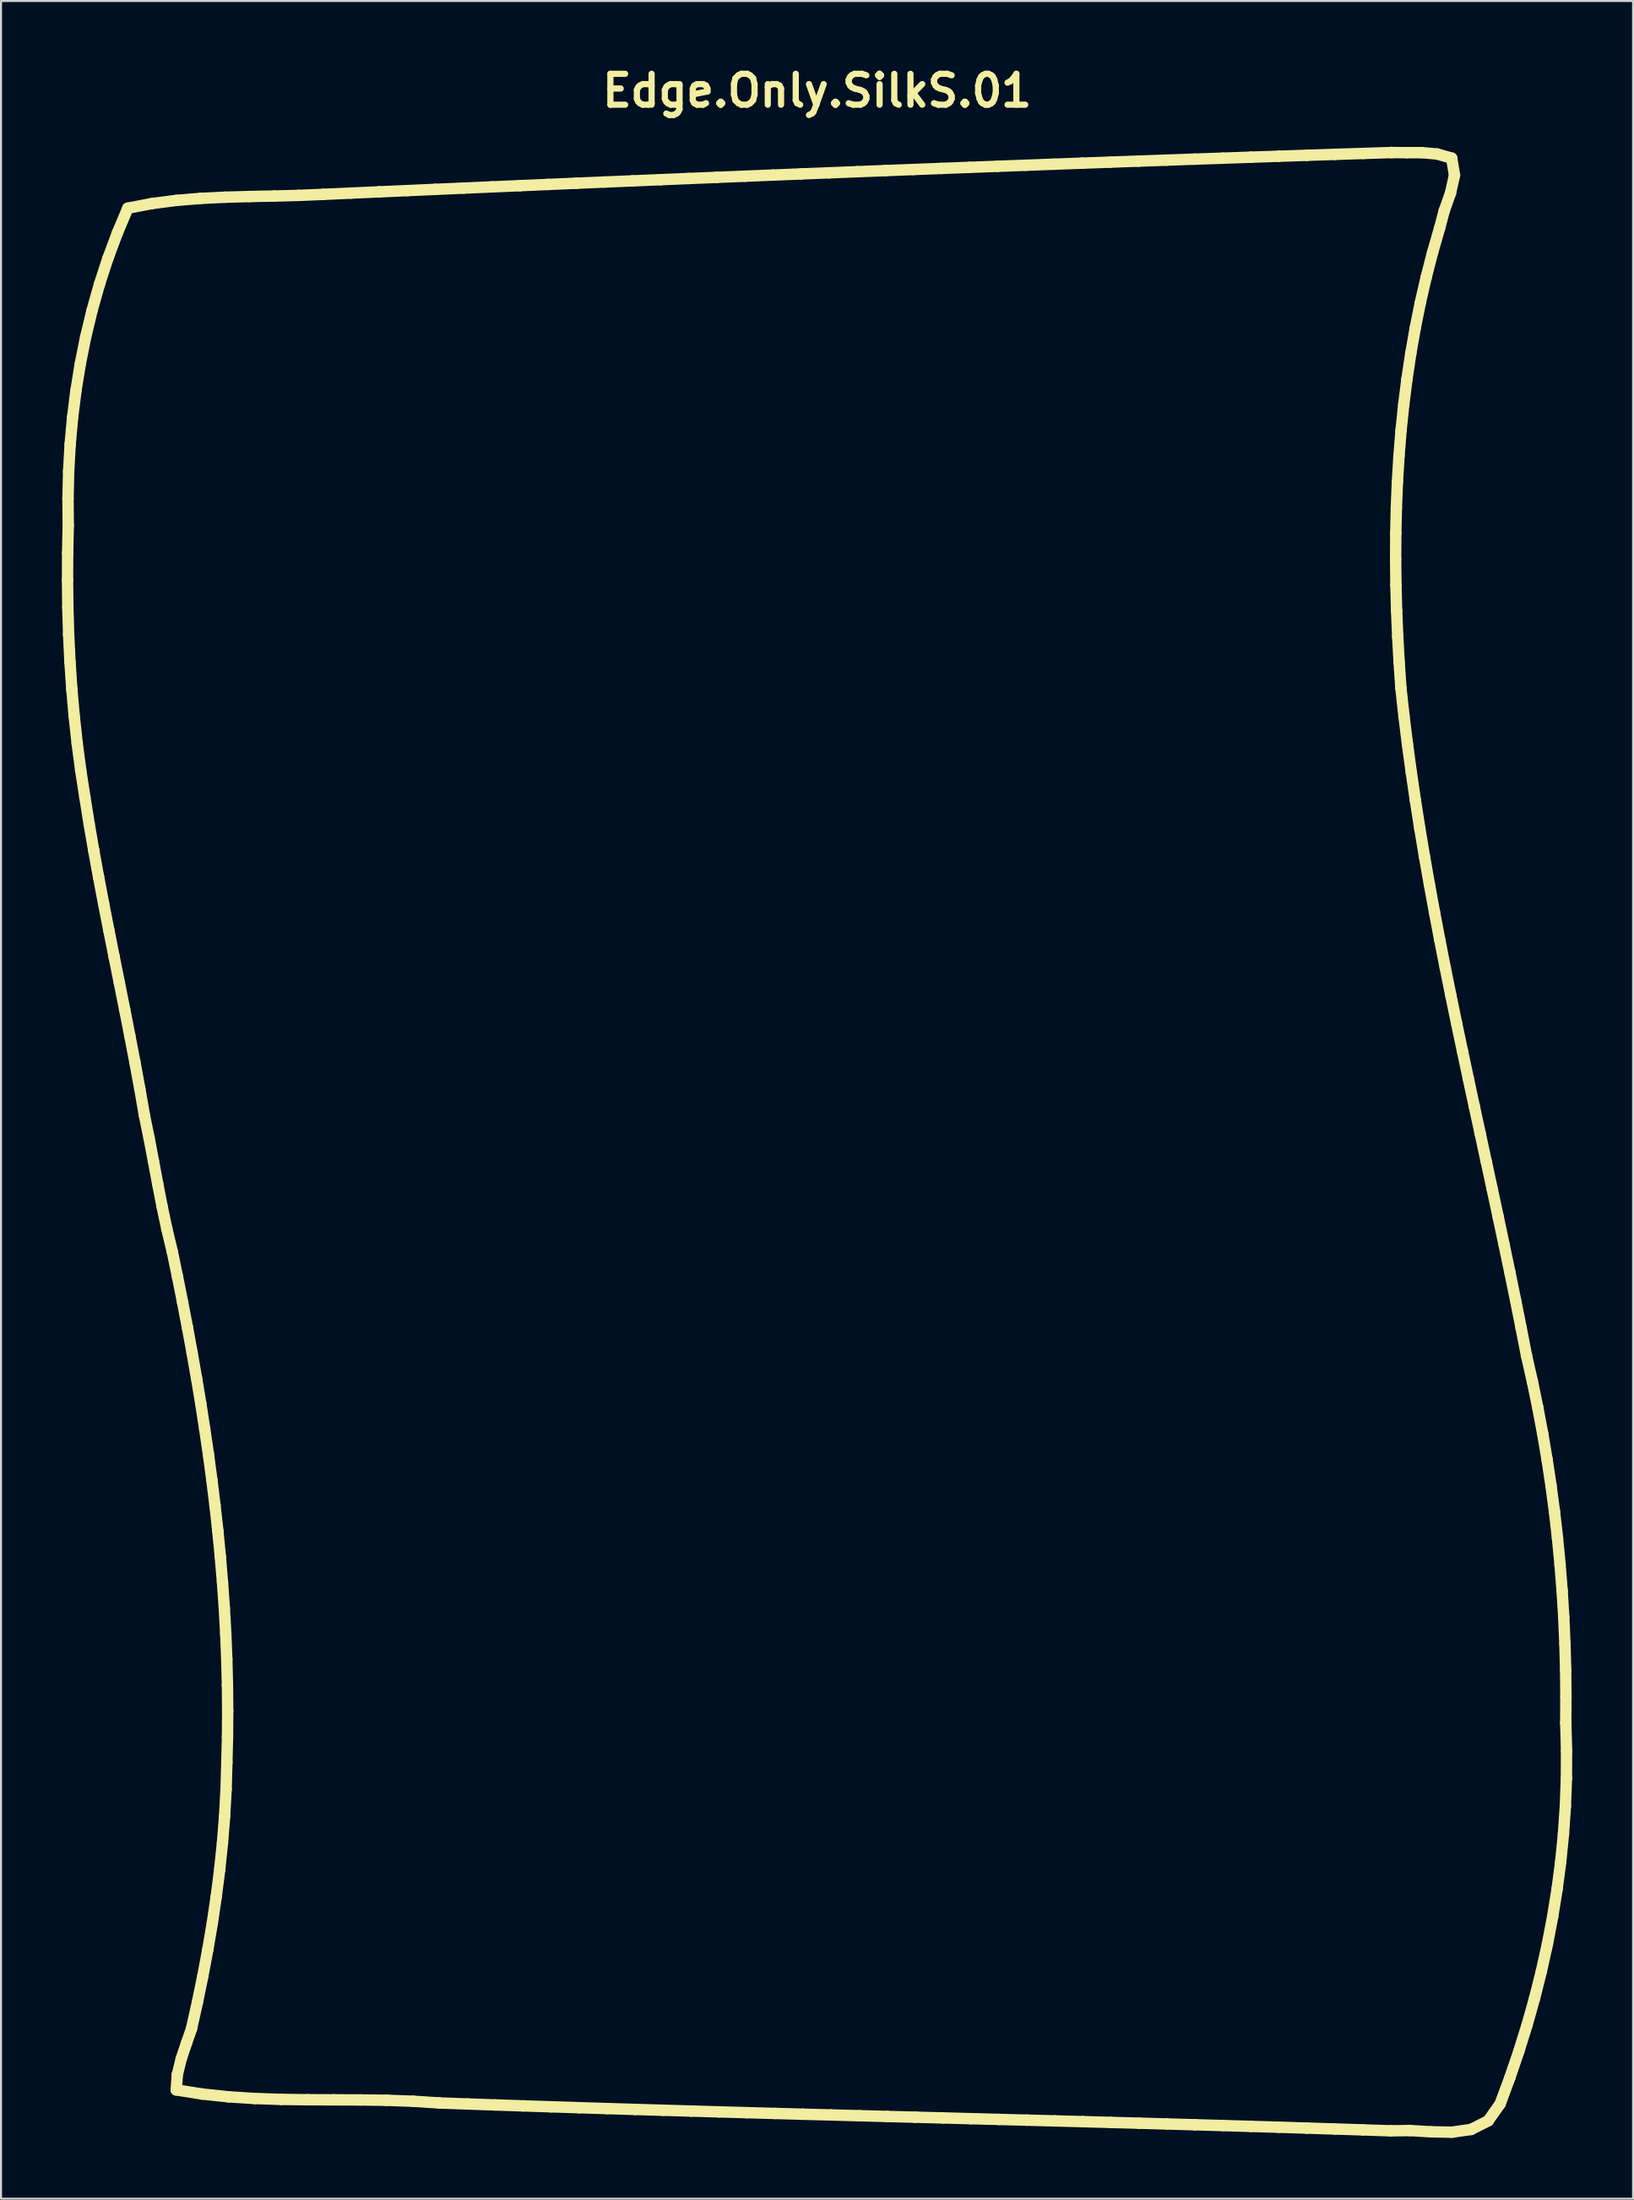
<source format=kicad_pcb>
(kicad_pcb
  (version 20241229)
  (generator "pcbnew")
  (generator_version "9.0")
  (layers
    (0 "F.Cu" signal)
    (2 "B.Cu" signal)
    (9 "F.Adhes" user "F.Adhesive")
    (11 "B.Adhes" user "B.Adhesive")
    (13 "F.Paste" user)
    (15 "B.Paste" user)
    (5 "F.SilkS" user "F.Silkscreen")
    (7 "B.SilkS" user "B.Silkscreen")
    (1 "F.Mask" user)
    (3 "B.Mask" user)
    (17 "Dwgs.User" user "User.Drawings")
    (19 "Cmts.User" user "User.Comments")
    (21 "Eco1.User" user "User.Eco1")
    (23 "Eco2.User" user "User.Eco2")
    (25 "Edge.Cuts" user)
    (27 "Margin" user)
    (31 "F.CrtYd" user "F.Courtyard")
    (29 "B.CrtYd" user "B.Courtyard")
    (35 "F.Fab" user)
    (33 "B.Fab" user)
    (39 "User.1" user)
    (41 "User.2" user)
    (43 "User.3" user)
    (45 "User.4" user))
  (footprint "Edge.Only.SilkS.01"
    (layer "F.Cu")
    (at 37.263 53.313)
    (property "Reference" "Edge.Only.SilkS.01" (at 0 -51.887 0) (layer "F.SilkS") (effects (font (size 1.524 1.524) (thickness 0.305))))
    (attr smd)
    (fp_line (start -36.982 -27.745) (end -36.966 -26.4) (stroke (width 0.562) (type solid)) (layer "F.SilkS"))
    (fp_line (start -36.975 -29.088) (end -36.982 -27.745) (stroke (width 0.562) (type solid)) (layer "F.SilkS"))
    (fp_line (start -36.966 -26.4) (end -36.926 -25.057) (stroke (width 0.562) (type solid)) (layer "F.SilkS"))
    (fp_line (start -36.958 -31.772) (end -36.947 -30.433) (stroke (width 0.562) (type solid)) (layer "F.SilkS"))
    (fp_line (start -36.947 -30.433) (end -36.975 -29.088) (stroke (width 0.562) (type solid)) (layer "F.SilkS"))
    (fp_line (start -36.926 -33.11) (end -36.958 -31.772) (stroke (width 0.562) (type solid)) (layer "F.SilkS"))
    (fp_line (start -36.926 -25.057) (end -36.861 -23.714) (stroke (width 0.562) (type solid)) (layer "F.SilkS"))
    (fp_line (start -36.861 -23.714) (end -36.77 -22.373) (stroke (width 0.562) (type solid)) (layer "F.SilkS"))
    (fp_line (start -36.851 -34.447) (end -36.926 -33.11) (stroke (width 0.562) (type solid)) (layer "F.SilkS"))
    (fp_line (start -36.77 -22.373) (end -36.652 -21.034) (stroke (width 0.562) (type solid)) (layer "F.SilkS"))
    (fp_line (start -36.73 -35.78) (end -36.851 -34.447) (stroke (width 0.562) (type solid)) (layer "F.SilkS"))
    (fp_line (start -36.652 -21.034) (end -36.506 -19.697) (stroke (width 0.562) (type solid)) (layer "F.SilkS"))
    (fp_line (start -36.563 -37.108) (end -36.73 -35.78) (stroke (width 0.562) (type solid)) (layer "F.SilkS"))
    (fp_line (start -36.506 -19.697) (end -36.331 -18.366) (stroke (width 0.562) (type solid)) (layer "F.SilkS"))
    (fp_line (start -36.348 -38.429) (end -36.563 -37.108) (stroke (width 0.562) (type solid)) (layer "F.SilkS"))
    (fp_line (start -36.331 -18.366) (end -36.126 -17.036) (stroke (width 0.562) (type solid)) (layer "F.SilkS"))
    (fp_line (start -36.126 -17.036) (end -35.915 -15.72) (stroke (width 0.562) (type solid)) (layer "F.SilkS"))
    (fp_line (start -36.085 -39.742) (end -36.348 -38.429) (stroke (width 0.562) (type solid)) (layer "F.SilkS"))
    (fp_line (start -35.915 -15.72) (end -35.689 -14.41) (stroke (width 0.562) (type solid)) (layer "F.SilkS"))
    (fp_line (start -35.772 -41.043) (end -36.085 -39.742) (stroke (width 0.562) (type solid)) (layer "F.SilkS"))
    (fp_line (start -35.689 -14.41) (end -35.451 -13.1) (stroke (width 0.562) (type solid)) (layer "F.SilkS"))
    (fp_line (start -35.451 -13.1) (end -35.202 -11.794) (stroke (width 0.562) (type solid)) (layer "F.SilkS"))
    (fp_line (start -35.409 -42.331) (end -35.772 -41.043) (stroke (width 0.562) (type solid)) (layer "F.SilkS"))
    (fp_line (start -35.202 -11.794) (end -34.947 -10.487) (stroke (width 0.562) (type solid)) (layer "F.SilkS"))
    (fp_line (start -34.994 -43.604) (end -35.409 -42.331) (stroke (width 0.562) (type solid)) (layer "F.SilkS"))
    (fp_line (start -34.947 -10.487) (end -34.687 -9.182) (stroke (width 0.562) (type solid)) (layer "F.SilkS"))
    (fp_line (start -34.687 -9.182) (end -34.425 -7.878) (stroke (width 0.562) (type solid)) (layer "F.SilkS"))
    (fp_line (start -34.527 -44.857) (end -34.994 -43.604) (stroke (width 0.562) (type solid)) (layer "F.SilkS"))
    (fp_line (start -34.425 -7.878) (end -34.164 -6.572) (stroke (width 0.562) (type solid)) (layer "F.SilkS"))
    (fp_line (start -34.164 -6.572) (end -33.908 -5.267) (stroke (width 0.562) (type solid)) (layer "F.SilkS"))
    (fp_line (start -34.007 -46.093) (end -34.527 -44.857) (stroke (width 0.562) (type solid)) (layer "F.SilkS"))
    (fp_line (start -33.908 -5.267) (end -33.657 -3.96) (stroke (width 0.562) (type solid)) (layer "F.SilkS"))
    (fp_line (start -33.657 -3.96) (end -33.416 -2.652) (stroke (width 0.562) (type solid)) (layer "F.SilkS"))
    (fp_line (start -33.416 -2.652) (end -33.187 -1.34) (stroke (width 0.562) (type solid)) (layer "F.SilkS"))
    (fp_line (start -33.187 -1.34) (end -32.958 -0.219) (stroke (width 0.562) (type solid)) (layer "F.SilkS"))
    (fp_line (start -32.958 -0.219) (end -32.745 0.903) (stroke (width 0.562) (type solid)) (layer "F.SilkS"))
    (fp_line (start -32.819 -46.32) (end -34.007 -46.093) (stroke (width 0.562) (type solid)) (layer "F.SilkS"))
    (fp_line (start -32.745 0.903) (end -32.535 2.026) (stroke (width 0.562) (type solid)) (layer "F.SilkS"))
    (fp_line (start -32.535 2.026) (end -32.317 3.148) (stroke (width 0.562) (type solid)) (layer "F.SilkS"))
    (fp_line (start -32.317 3.148) (end -32.081 4.264) (stroke (width 0.562) (type solid)) (layer "F.SilkS"))
    (fp_line (start -32.081 4.264) (end -31.814 5.377) (stroke (width 0.562) (type solid)) (layer "F.SilkS"))
    (fp_line (start -31.814 5.377) (end -31.556 6.621) (stroke (width 0.562) (type solid)) (layer "F.SilkS"))
    (fp_line (start -31.62 -46.476) (end -32.819 -46.32) (stroke (width 0.562) (type solid)) (layer "F.SilkS"))
    (fp_line (start -31.617 46.741) (end -30.331 46.944) (stroke (width 0.562) (type solid)) (layer "F.SilkS"))
    (fp_line (start -31.563 45.979) (end -31.617 46.741) (stroke (width 0.562) (type solid)) (layer "F.SilkS"))
    (fp_line (start -31.556 6.621) (end -31.307 7.867) (stroke (width 0.562) (type solid)) (layer "F.SilkS"))
    (fp_line (start -31.371 45.202) (end -31.563 45.979) (stroke (width 0.562) (type solid)) (layer "F.SilkS"))
    (fp_line (start -31.307 7.867) (end -31.067 9.114) (stroke (width 0.562) (type solid)) (layer "F.SilkS"))
    (fp_line (start -31.119 44.452) (end -31.371 45.202) (stroke (width 0.562) (type solid)) (layer "F.SilkS"))
    (fp_line (start -31.067 9.114) (end -30.837 10.364) (stroke (width 0.562) (type solid)) (layer "F.SilkS"))
    (fp_line (start -30.864 43.721) (end -31.119 44.452) (stroke (width 0.562) (type solid)) (layer "F.SilkS"))
    (fp_line (start -30.837 10.364) (end -30.618 11.615) (stroke (width 0.562) (type solid)) (layer "F.SilkS"))
    (fp_line (start -30.618 11.615) (end -30.409 12.868) (stroke (width 0.562) (type solid)) (layer "F.SilkS"))
    (fp_line (start -30.575 42.426) (end -30.864 43.721) (stroke (width 0.562) (type solid)) (layer "F.SilkS"))
    (fp_line (start -30.416 -46.575) (end -31.62 -46.476) (stroke (width 0.562) (type solid)) (layer "F.SilkS"))
    (fp_line (start -30.409 12.868) (end -30.214 14.124) (stroke (width 0.562) (type solid)) (layer "F.SilkS"))
    (fp_line (start -30.331 46.944) (end -29.038 47.081) (stroke (width 0.562) (type solid)) (layer "F.SilkS"))
    (fp_line (start -30.306 41.124) (end -30.575 42.426) (stroke (width 0.562) (type solid)) (layer "F.SilkS"))
    (fp_line (start -30.214 14.124) (end -30.03 15.381) (stroke (width 0.562) (type solid)) (layer "F.SilkS"))
    (fp_line (start -30.06 39.819) (end -30.306 41.124) (stroke (width 0.562) (type solid)) (layer "F.SilkS"))
    (fp_line (start -30.03 15.381) (end -29.861 16.64) (stroke (width 0.562) (type solid)) (layer "F.SilkS"))
    (fp_line (start -29.861 16.64) (end -29.706 17.901) (stroke (width 0.562) (type solid)) (layer "F.SilkS"))
    (fp_line (start -29.838 38.509) (end -30.06 39.819) (stroke (width 0.562) (type solid)) (layer "F.SilkS"))
    (fp_line (start -29.706 17.901) (end -29.566 19.164) (stroke (width 0.562) (type solid)) (layer "F.SilkS"))
    (fp_line (start -29.643 37.196) (end -29.838 38.509) (stroke (width 0.562) (type solid)) (layer "F.SilkS"))
    (fp_line (start -29.566 19.164) (end -29.443 20.428) (stroke (width 0.562) (type solid)) (layer "F.SilkS"))
    (fp_line (start -29.475 35.878) (end -29.643 37.196) (stroke (width 0.562) (type solid)) (layer "F.SilkS"))
    (fp_line (start -29.443 20.428) (end -29.336 21.694) (stroke (width 0.562) (type solid)) (layer "F.SilkS"))
    (fp_line (start -29.337 34.557) (end -29.475 35.878) (stroke (width 0.562) (type solid)) (layer "F.SilkS"))
    (fp_line (start -29.336 21.694) (end -29.246 22.961) (stroke (width 0.562) (type solid)) (layer "F.SilkS"))
    (fp_line (start -29.246 22.961) (end -29.175 24.229) (stroke (width 0.562) (type solid)) (layer "F.SilkS"))
    (fp_line (start -29.231 33.233) (end -29.337 34.557) (stroke (width 0.562) (type solid)) (layer "F.SilkS"))
    (fp_line (start -29.205 -46.634) (end -30.416 -46.575) (stroke (width 0.562) (type solid)) (layer "F.SilkS"))
    (fp_line (start -29.175 24.229) (end -29.123 25.499) (stroke (width 0.562) (type solid)) (layer "F.SilkS"))
    (fp_line (start -29.158 31.907) (end -29.231 33.233) (stroke (width 0.562) (type solid)) (layer "F.SilkS"))
    (fp_line (start -29.123 25.499) (end -29.091 26.768) (stroke (width 0.562) (type solid)) (layer "F.SilkS"))
    (fp_line (start -29.12 30.579) (end -29.158 31.907) (stroke (width 0.562) (type solid)) (layer "F.SilkS"))
    (fp_line (start -29.091 26.768) (end -29.079 28.039) (stroke (width 0.562) (type solid)) (layer "F.SilkS"))
    (fp_line (start -29.088 29.308) (end -29.12 30.579) (stroke (width 0.562) (type solid)) (layer "F.SilkS"))
    (fp_line (start -29.079 28.039) (end -29.088 29.308) (stroke (width 0.562) (type solid)) (layer "F.SilkS"))
    (fp_line (start -29.038 47.081) (end -27.741 47.164) (stroke (width 0.562) (type solid)) (layer "F.SilkS"))
    (fp_line (start -27.996 -46.668) (end -29.205 -46.634) (stroke (width 0.562) (type solid)) (layer "F.SilkS"))
    (fp_line (start -27.741 47.164) (end -26.439 47.208) (stroke (width 0.562) (type solid)) (layer "F.SilkS"))
    (fp_line (start -26.786 -46.692) (end -27.996 -46.668) (stroke (width 0.562) (type solid)) (layer "F.SilkS"))
    (fp_line (start -26.439 47.208) (end -25.139 47.225) (stroke (width 0.562) (type solid)) (layer "F.SilkS"))
    (fp_line (start -25.575 -46.723) (end -26.786 -46.692) (stroke (width 0.562) (type solid)) (layer "F.SilkS"))
    (fp_line (start -25.139 47.225) (end -23.836 47.23) (stroke (width 0.562) (type solid)) (layer "F.SilkS"))
    (fp_line (start -24.367 -46.774) (end -25.575 -46.723) (stroke (width 0.562) (type solid)) (layer "F.SilkS"))
    (fp_line (start -23.836 47.23) (end -22.535 47.235) (stroke (width 0.562) (type solid)) (layer "F.SilkS"))
    (fp_line (start -22.981 -46.837) (end -24.367 -46.774) (stroke (width 0.562) (type solid)) (layer "F.SilkS"))
    (fp_line (start -22.535 47.235) (end -21.234 47.253) (stroke (width 0.562) (type solid)) (layer "F.SilkS"))
    (fp_line (start -21.594 -46.899) (end -22.981 -46.837) (stroke (width 0.562) (type solid)) (layer "F.SilkS"))
    (fp_line (start -21.234 47.253) (end -19.933 47.299) (stroke (width 0.562) (type solid)) (layer "F.SilkS"))
    (fp_line (start -20.207 -46.96) (end -21.594 -46.899) (stroke (width 0.562) (type solid)) (layer "F.SilkS"))
    (fp_line (start -19.933 47.299) (end -18.635 47.384) (stroke (width 0.562) (type solid)) (layer "F.SilkS"))
    (fp_line (start -18.821 -47.022) (end -20.207 -46.96) (stroke (width 0.562) (type solid)) (layer "F.SilkS"))
    (fp_line (start -18.635 47.384) (end -17.255 47.434) (stroke (width 0.562) (type solid)) (layer "F.SilkS"))
    (fp_line (start -17.434 -47.083) (end -18.821 -47.022) (stroke (width 0.562) (type solid)) (layer "F.SilkS"))
    (fp_line (start -17.255 47.434) (end -15.874 47.482) (stroke (width 0.562) (type solid)) (layer "F.SilkS"))
    (fp_line (start -16.047 -47.143) (end -17.434 -47.083) (stroke (width 0.562) (type solid)) (layer "F.SilkS"))
    (fp_line (start -15.874 47.482) (end -14.494 47.528) (stroke (width 0.562) (type solid)) (layer "F.SilkS"))
    (fp_line (start -14.661 -47.203) (end -16.047 -47.143) (stroke (width 0.562) (type solid)) (layer "F.SilkS"))
    (fp_line (start -14.494 47.528) (end -13.113 47.574) (stroke (width 0.562) (type solid)) (layer "F.SilkS"))
    (fp_line (start -13.274 -47.263) (end -14.661 -47.203) (stroke (width 0.562) (type solid)) (layer "F.SilkS"))
    (fp_line (start -13.113 47.574) (end -11.733 47.618) (stroke (width 0.562) (type solid)) (layer "F.SilkS"))
    (fp_line (start -11.887 -47.323) (end -13.274 -47.263) (stroke (width 0.562) (type solid)) (layer "F.SilkS"))
    (fp_line (start -11.733 47.618) (end -10.352 47.661) (stroke (width 0.562) (type solid)) (layer "F.SilkS"))
    (fp_line (start -10.501 -47.382) (end -11.887 -47.323) (stroke (width 0.562) (type solid)) (layer "F.SilkS"))
    (fp_line (start -10.352 47.661) (end -8.972 47.703) (stroke (width 0.562) (type solid)) (layer "F.SilkS"))
    (fp_line (start -9.114 -47.44) (end -10.501 -47.382) (stroke (width 0.562) (type solid)) (layer "F.SilkS"))
    (fp_line (start -8.972 47.703) (end -7.591 47.744) (stroke (width 0.562) (type solid)) (layer "F.SilkS"))
    (fp_line (start -7.727 -47.498) (end -9.114 -47.44) (stroke (width 0.562) (type solid)) (layer "F.SilkS"))
    (fp_line (start -7.591 47.744) (end -6.21 47.784) (stroke (width 0.562) (type solid)) (layer "F.SilkS"))
    (fp_line (start -6.34 -47.556) (end -7.727 -47.498) (stroke (width 0.562) (type solid)) (layer "F.SilkS"))
    (fp_line (start -6.21 47.784) (end -4.83 47.824) (stroke (width 0.562) (type solid)) (layer "F.SilkS"))
    (fp_line (start -4.953 -47.613) (end -6.34 -47.556) (stroke (width 0.562) (type solid)) (layer "F.SilkS"))
    (fp_line (start -4.83 47.824) (end -3.449 47.863) (stroke (width 0.562) (type solid)) (layer "F.SilkS"))
    (fp_line (start -3.566 -47.67) (end -4.953 -47.613) (stroke (width 0.562) (type solid)) (layer "F.SilkS"))
    (fp_line (start -3.449 47.863) (end -2.068 47.901) (stroke (width 0.562) (type solid)) (layer "F.SilkS"))
    (fp_line (start -2.179 -47.726) (end -3.566 -47.67) (stroke (width 0.562) (type solid)) (layer "F.SilkS"))
    (fp_line (start -2.068 47.901) (end -0.688 47.939) (stroke (width 0.562) (type solid)) (layer "F.SilkS"))
    (fp_line (start -0.792 -47.782) (end -2.179 -47.726) (stroke (width 0.562) (type solid)) (layer "F.SilkS"))
    (fp_line (start -0.688 47.939) (end 0.693 47.976) (stroke (width 0.562) (type solid)) (layer "F.SilkS"))
    (fp_line (start 0.594 -47.837) (end -0.792 -47.782) (stroke (width 0.562) (type solid)) (layer "F.SilkS"))
    (fp_line (start 0.693 47.976) (end 2.074 48.013) (stroke (width 0.562) (type solid)) (layer "F.SilkS"))
    (fp_line (start 1.981 -47.892) (end 0.594 -47.837) (stroke (width 0.562) (type solid)) (layer "F.SilkS"))
    (fp_line (start 2.074 48.013) (end 3.454 48.05) (stroke (width 0.562) (type solid)) (layer "F.SilkS"))
    (fp_line (start 3.368 -47.947) (end 1.981 -47.892) (stroke (width 0.562) (type solid)) (layer "F.SilkS"))
    (fp_line (start 3.454 48.05) (end 4.835 48.086) (stroke (width 0.562) (type solid)) (layer "F.SilkS"))
    (fp_line (start 4.755 -48.001) (end 3.368 -47.947) (stroke (width 0.562) (type solid)) (layer "F.SilkS"))
    (fp_line (start 4.835 48.086) (end 6.216 48.123) (stroke (width 0.562) (type solid)) (layer "F.SilkS"))
    (fp_line (start 6.142 -48.054) (end 4.755 -48.001) (stroke (width 0.562) (type solid)) (layer "F.SilkS"))
    (fp_line (start 6.216 48.123) (end 7.596 48.159) (stroke (width 0.562) (type solid)) (layer "F.SilkS"))
    (fp_line (start 7.529 -48.107) (end 6.142 -48.054) (stroke (width 0.562) (type solid)) (layer "F.SilkS"))
    (fp_line (start 7.596 48.159) (end 8.977 48.196) (stroke (width 0.562) (type solid)) (layer "F.SilkS"))
    (fp_line (start 8.916 -48.159) (end 7.529 -48.107) (stroke (width 0.562) (type solid)) (layer "F.SilkS"))
    (fp_line (start 8.977 48.196) (end 10.358 48.232) (stroke (width 0.562) (type solid)) (layer "F.SilkS"))
    (fp_line (start 10.303 -48.211) (end 8.916 -48.159) (stroke (width 0.562) (type solid)) (layer "F.SilkS"))
    (fp_line (start 10.358 48.232) (end 11.738 48.269) (stroke (width 0.562) (type solid)) (layer "F.SilkS"))
    (fp_line (start 11.69 -48.263) (end 10.303 -48.211) (stroke (width 0.562) (type solid)) (layer "F.SilkS"))
    (fp_line (start 11.738 48.269) (end 13.119 48.306) (stroke (width 0.562) (type solid)) (layer "F.SilkS"))
    (fp_line (start 13.078 -48.314) (end 11.69 -48.263) (stroke (width 0.562) (type solid)) (layer "F.SilkS"))
    (fp_line (start 13.119 48.306) (end 14.499 48.344) (stroke (width 0.562) (type solid)) (layer "F.SilkS"))
    (fp_line (start 14.465 -48.364) (end 13.078 -48.314) (stroke (width 0.562) (type solid)) (layer "F.SilkS"))
    (fp_line (start 14.499 48.344) (end 15.88 48.382) (stroke (width 0.562) (type solid)) (layer "F.SilkS"))
    (fp_line (start 15.852 -48.414) (end 14.465 -48.364) (stroke (width 0.562) (type solid)) (layer "F.SilkS"))
    (fp_line (start 15.88 48.382) (end 17.261 48.42) (stroke (width 0.562) (type solid)) (layer "F.SilkS"))
    (fp_line (start 17.239 -48.463) (end 15.852 -48.414) (stroke (width 0.562) (type solid)) (layer "F.SilkS"))
    (fp_line (start 17.261 48.42) (end 18.642 48.459) (stroke (width 0.562) (type solid)) (layer "F.SilkS"))
    (fp_line (start 18.626 -48.512) (end 17.239 -48.463) (stroke (width 0.562) (type solid)) (layer "F.SilkS"))
    (fp_line (start 18.642 48.459) (end 20.022 48.499) (stroke (width 0.562) (type solid)) (layer "F.SilkS"))
    (fp_line (start 20.014 -48.56) (end 18.626 -48.512) (stroke (width 0.562) (type solid)) (layer "F.SilkS"))
    (fp_line (start 20.022 48.499) (end 21.403 48.54) (stroke (width 0.562) (type solid)) (layer "F.SilkS"))
    (fp_line (start 21.401 -48.608) (end 20.014 -48.56) (stroke (width 0.562) (type solid)) (layer "F.SilkS"))
    (fp_line (start 21.403 48.54) (end 22.783 48.581) (stroke (width 0.562) (type solid)) (layer "F.SilkS"))
    (fp_line (start 22.783 48.581) (end 24.163 48.624) (stroke (width 0.562) (type solid)) (layer "F.SilkS"))
    (fp_line (start 22.788 -48.655) (end 21.401 -48.608) (stroke (width 0.562) (type solid)) (layer "F.SilkS"))
    (fp_line (start 24.163 48.624) (end 25.544 48.668) (stroke (width 0.562) (type solid)) (layer "F.SilkS"))
    (fp_line (start 24.176 -48.702) (end 22.788 -48.655) (stroke (width 0.562) (type solid)) (layer "F.SilkS"))
    (fp_line (start 25.544 48.668) (end 26.924 48.712) (stroke (width 0.562) (type solid)) (layer "F.SilkS"))
    (fp_line (start 25.563 -48.748) (end 24.176 -48.702) (stroke (width 0.562) (type solid)) (layer "F.SilkS"))
    (fp_line (start 26.924 48.712) (end 28.305 48.758) (stroke (width 0.562) (type solid)) (layer "F.SilkS"))
    (fp_line (start 26.95 -48.793) (end 25.563 -48.748) (stroke (width 0.562) (type solid)) (layer "F.SilkS"))
    (fp_line (start 28.305 48.758) (end 29.253 48.745) (stroke (width 0.562) (type solid)) (layer "F.SilkS"))
    (fp_line (start 28.337 -48.838) (end 28.337 -48.838) (stroke (width 0.562) (type solid)) (layer "F.SilkS"))
    (fp_line (start 28.337 -48.838) (end 26.95 -48.793) (stroke (width 0.562) (type solid)) (layer "F.SilkS"))
    (fp_line (start 28.546 -28.779) (end 28.553 -30.052) (stroke (width 0.562) (type solid)) (layer "F.SilkS"))
    (fp_line (start 28.553 -30.052) (end 28.582 -31.326) (stroke (width 0.562) (type solid)) (layer "F.SilkS"))
    (fp_line (start 28.56 -27.505) (end 28.546 -28.779) (stroke (width 0.562) (type solid)) (layer "F.SilkS"))
    (fp_line (start 28.582 -31.326) (end 28.634 -32.598) (stroke (width 0.562) (type solid)) (layer "F.SilkS"))
    (fp_line (start 28.595 -26.232) (end 28.56 -27.505) (stroke (width 0.562) (type solid)) (layer "F.SilkS"))
    (fp_line (start 28.634 -32.598) (end 28.712 -33.869) (stroke (width 0.562) (type solid)) (layer "F.SilkS"))
    (fp_line (start 28.648 -24.96) (end 28.595 -26.232) (stroke (width 0.562) (type solid)) (layer "F.SilkS"))
    (fp_line (start 28.712 -33.869) (end 28.815 -35.138) (stroke (width 0.562) (type solid)) (layer "F.SilkS"))
    (fp_line (start 28.719 -23.688) (end 28.648 -24.96) (stroke (width 0.562) (type solid)) (layer "F.SilkS"))
    (fp_line (start 28.806 -22.418) (end 28.719 -23.688) (stroke (width 0.562) (type solid)) (layer "F.SilkS"))
    (fp_line (start 28.815 -35.138) (end 28.946 -36.405) (stroke (width 0.562) (type solid)) (layer "F.SilkS"))
    (fp_line (start 28.946 -36.405) (end 29.105 -37.669) (stroke (width 0.562) (type solid)) (layer "F.SilkS"))
    (fp_line (start 28.959 -21.029) (end 28.806 -22.418) (stroke (width 0.562) (type solid)) (layer "F.SilkS"))
    (fp_line (start 29.084 -48.832) (end 28.337 -48.838) (stroke (width 0.562) (type solid)) (layer "F.SilkS"))
    (fp_line (start 29.105 -37.669) (end 29.294 -38.928) (stroke (width 0.562) (type solid)) (layer "F.SilkS"))
    (fp_line (start 29.13 -19.643) (end 28.959 -21.029) (stroke (width 0.562) (type solid)) (layer "F.SilkS"))
    (fp_line (start 29.253 48.745) (end 30.291 48.807) (stroke (width 0.562) (type solid)) (layer "F.SilkS"))
    (fp_line (start 29.294 -38.928) (end 29.514 -40.183) (stroke (width 0.562) (type solid)) (layer "F.SilkS"))
    (fp_line (start 29.318 -18.259) (end 29.13 -19.643) (stroke (width 0.562) (type solid)) (layer "F.SilkS"))
    (fp_line (start 29.514 -40.183) (end 29.765 -41.43) (stroke (width 0.562) (type solid)) (layer "F.SilkS"))
    (fp_line (start 29.521 -16.877) (end 29.318 -18.259) (stroke (width 0.562) (type solid)) (layer "F.SilkS"))
    (fp_line (start 29.737 -15.497) (end 29.521 -16.877) (stroke (width 0.562) (type solid)) (layer "F.SilkS"))
    (fp_line (start 29.765 -41.43) (end 30.05 -42.672) (stroke (width 0.562) (type solid)) (layer "F.SilkS"))
    (fp_line (start 29.841 -48.832) (end 29.084 -48.832) (stroke (width 0.562) (type solid)) (layer "F.SilkS"))
    (fp_line (start 29.967 -14.12) (end 29.737 -15.497) (stroke (width 0.562) (type solid)) (layer "F.SilkS"))
    (fp_line (start 30.05 -42.672) (end 30.368 -43.904) (stroke (width 0.562) (type solid)) (layer "F.SilkS"))
    (fp_line (start 30.209 -12.744) (end 29.967 -14.12) (stroke (width 0.562) (type solid)) (layer "F.SilkS"))
    (fp_line (start 30.291 48.807) (end 31.314 48.826) (stroke (width 0.562) (type solid)) (layer "F.SilkS"))
    (fp_line (start 30.368 -43.904) (end 30.721 -45.129) (stroke (width 0.562) (type solid)) (layer "F.SilkS"))
    (fp_line (start 30.461 -11.37) (end 30.209 -12.744) (stroke (width 0.562) (type solid)) (layer "F.SilkS"))
    (fp_line (start 30.592 -48.765) (end 29.841 -48.832) (stroke (width 0.562) (type solid)) (layer "F.SilkS"))
    (fp_line (start 30.721 -45.129) (end 30.942 -45.96) (stroke (width 0.562) (type solid)) (layer "F.SilkS"))
    (fp_line (start 30.722 -9.998) (end 30.461 -11.37) (stroke (width 0.562) (type solid)) (layer "F.SilkS"))
    (fp_line (start 30.942 -45.96) (end 31.25 -46.827) (stroke (width 0.562) (type solid)) (layer "F.SilkS"))
    (fp_line (start 30.992 -8.627) (end 30.722 -9.998) (stroke (width 0.562) (type solid)) (layer "F.SilkS"))
    (fp_line (start 31.25 -46.827) (end 31.451 -47.72) (stroke (width 0.562) (type solid)) (layer "F.SilkS"))
    (fp_line (start 31.269 -7.258) (end 30.992 -8.627) (stroke (width 0.562) (type solid)) (layer "F.SilkS"))
    (fp_line (start 31.311 -48.562) (end 30.592 -48.765) (stroke (width 0.562) (type solid)) (layer "F.SilkS"))
    (fp_line (start 31.314 48.826) (end 32.267 48.692) (stroke (width 0.562) (type solid)) (layer "F.SilkS"))
    (fp_line (start 31.451 -47.72) (end 31.311 -48.562) (stroke (width 0.562) (type solid)) (layer "F.SilkS"))
    (fp_line (start 31.552 -5.89) (end 31.269 -7.258) (stroke (width 0.562) (type solid)) (layer "F.SilkS"))
    (fp_line (start 31.84 -4.523) (end 31.552 -5.89) (stroke (width 0.562) (type solid)) (layer "F.SilkS"))
    (fp_line (start 32.131 -3.157) (end 31.84 -4.523) (stroke (width 0.562) (type solid)) (layer "F.SilkS"))
    (fp_line (start 32.267 48.692) (end 33.108 48.268) (stroke (width 0.562) (type solid)) (layer "F.SilkS"))
    (fp_line (start 32.425 -1.792) (end 32.131 -3.157) (stroke (width 0.562) (type solid)) (layer "F.SilkS"))
    (fp_line (start 32.721 -0.426) (end 32.425 -1.792) (stroke (width 0.562) (type solid)) (layer "F.SilkS"))
    (fp_line (start 33.017 0.939) (end 32.721 -0.426) (stroke (width 0.562) (type solid)) (layer "F.SilkS"))
    (fp_line (start 33.108 48.268) (end 33.702 47.428) (stroke (width 0.562) (type solid)) (layer "F.SilkS"))
    (fp_line (start 33.312 2.304) (end 33.017 0.939) (stroke (width 0.562) (type solid)) (layer "F.SilkS"))
    (fp_line (start 33.605 3.67) (end 33.312 2.304) (stroke (width 0.562) (type solid)) (layer "F.SilkS"))
    (fp_line (start 33.702 47.428) (end 34.179 46.141) (stroke (width 0.562) (type solid)) (layer "F.SilkS"))
    (fp_line (start 33.895 5.036) (end 33.605 3.67) (stroke (width 0.562) (type solid)) (layer "F.SilkS"))
    (fp_line (start 34.179 46.141) (end 34.622 44.843) (stroke (width 0.562) (type solid)) (layer "F.SilkS"))
    (fp_line (start 34.182 6.404) (end 33.895 5.036) (stroke (width 0.562) (type solid)) (layer "F.SilkS"))
    (fp_line (start 34.462 7.772) (end 34.182 6.404) (stroke (width 0.562) (type solid)) (layer "F.SilkS"))
    (fp_line (start 34.622 44.843) (end 35.031 43.532) (stroke (width 0.562) (type solid)) (layer "F.SilkS"))
    (fp_line (start 34.736 9.142) (end 34.462 7.772) (stroke (width 0.562) (type solid)) (layer "F.SilkS"))
    (fp_line (start 35.003 10.513) (end 34.736 9.142) (stroke (width 0.562) (type solid)) (layer "F.SilkS"))
    (fp_line (start 35.031 43.532) (end 35.403 42.212) (stroke (width 0.562) (type solid)) (layer "F.SilkS"))
    (fp_line (start 35.292 11.786) (end 35.003 10.513) (stroke (width 0.562) (type solid)) (layer "F.SilkS"))
    (fp_line (start 35.403 42.212) (end 35.738 40.881) (stroke (width 0.562) (type solid)) (layer "F.SilkS"))
    (fp_line (start 35.556 13.063) (end 35.292 11.786) (stroke (width 0.562) (type solid)) (layer "F.SilkS"))
    (fp_line (start 35.738 40.881) (end 36.035 39.541) (stroke (width 0.562) (type solid)) (layer "F.SilkS"))
    (fp_line (start 35.798 14.345) (end 35.556 13.063) (stroke (width 0.562) (type solid)) (layer "F.SilkS"))
    (fp_line (start 36.016 15.631) (end 35.798 14.345) (stroke (width 0.562) (type solid)) (layer "F.SilkS"))
    (fp_line (start 36.035 39.541) (end 36.294 38.193) (stroke (width 0.562) (type solid)) (layer "F.SilkS"))
    (fp_line (start 36.211 16.921) (end 36.016 15.631) (stroke (width 0.562) (type solid)) (layer "F.SilkS"))
    (fp_line (start 36.294 38.193) (end 36.512 36.838) (stroke (width 0.562) (type solid)) (layer "F.SilkS"))
    (fp_line (start 36.383 18.214) (end 36.211 16.921) (stroke (width 0.562) (type solid)) (layer "F.SilkS"))
    (fp_line (start 36.512 36.838) (end 36.691 35.478) (stroke (width 0.562) (type solid)) (layer "F.SilkS"))
    (fp_line (start 36.532 19.511) (end 36.383 18.214) (stroke (width 0.562) (type solid)) (layer "F.SilkS"))
    (fp_line (start 36.657 20.809) (end 36.532 19.511) (stroke (width 0.562) (type solid)) (layer "F.SilkS"))
    (fp_line (start 36.691 35.478) (end 36.827 34.113) (stroke (width 0.562) (type solid)) (layer "F.SilkS"))
    (fp_line (start 36.76 22.109) (end 36.657 20.809) (stroke (width 0.562) (type solid)) (layer "F.SilkS"))
    (fp_line (start 36.827 34.113) (end 36.921 32.744) (stroke (width 0.562) (type solid)) (layer "F.SilkS"))
    (fp_line (start 36.84 23.412) (end 36.76 22.109) (stroke (width 0.562) (type solid)) (layer "F.SilkS"))
    (fp_line (start 36.898 24.714) (end 36.84 23.412) (stroke (width 0.562) (type solid)) (layer "F.SilkS"))
    (fp_line (start 36.921 32.744) (end 36.972 31.372) (stroke (width 0.562) (type solid)) (layer "F.SilkS"))
    (fp_line (start 36.934 26.019) (end 36.898 24.714) (stroke (width 0.562) (type solid)) (layer "F.SilkS"))
    (fp_line (start 36.94 28.628) (end 36.947 27.323) (stroke (width 0.562) (type solid)) (layer "F.SilkS"))
    (fp_line (start 36.947 27.323) (end 36.934 26.019) (stroke (width 0.562) (type solid)) (layer "F.SilkS"))
    (fp_line (start 36.972 31.372) (end 36.978 30.001) (stroke (width 0.562) (type solid)) (layer "F.SilkS"))
    (fp_line (start 36.978 30.001) (end 36.94 28.628) (stroke (width 0.562) (type solid)) (layer "F.SilkS")))
  (gr_rect
    (start -3 -3)
    (end 77.523 105.421)
    (stroke (width 0.1) (type default))
    (fill no)
    (layer "Edge.Cuts")))
</source>
